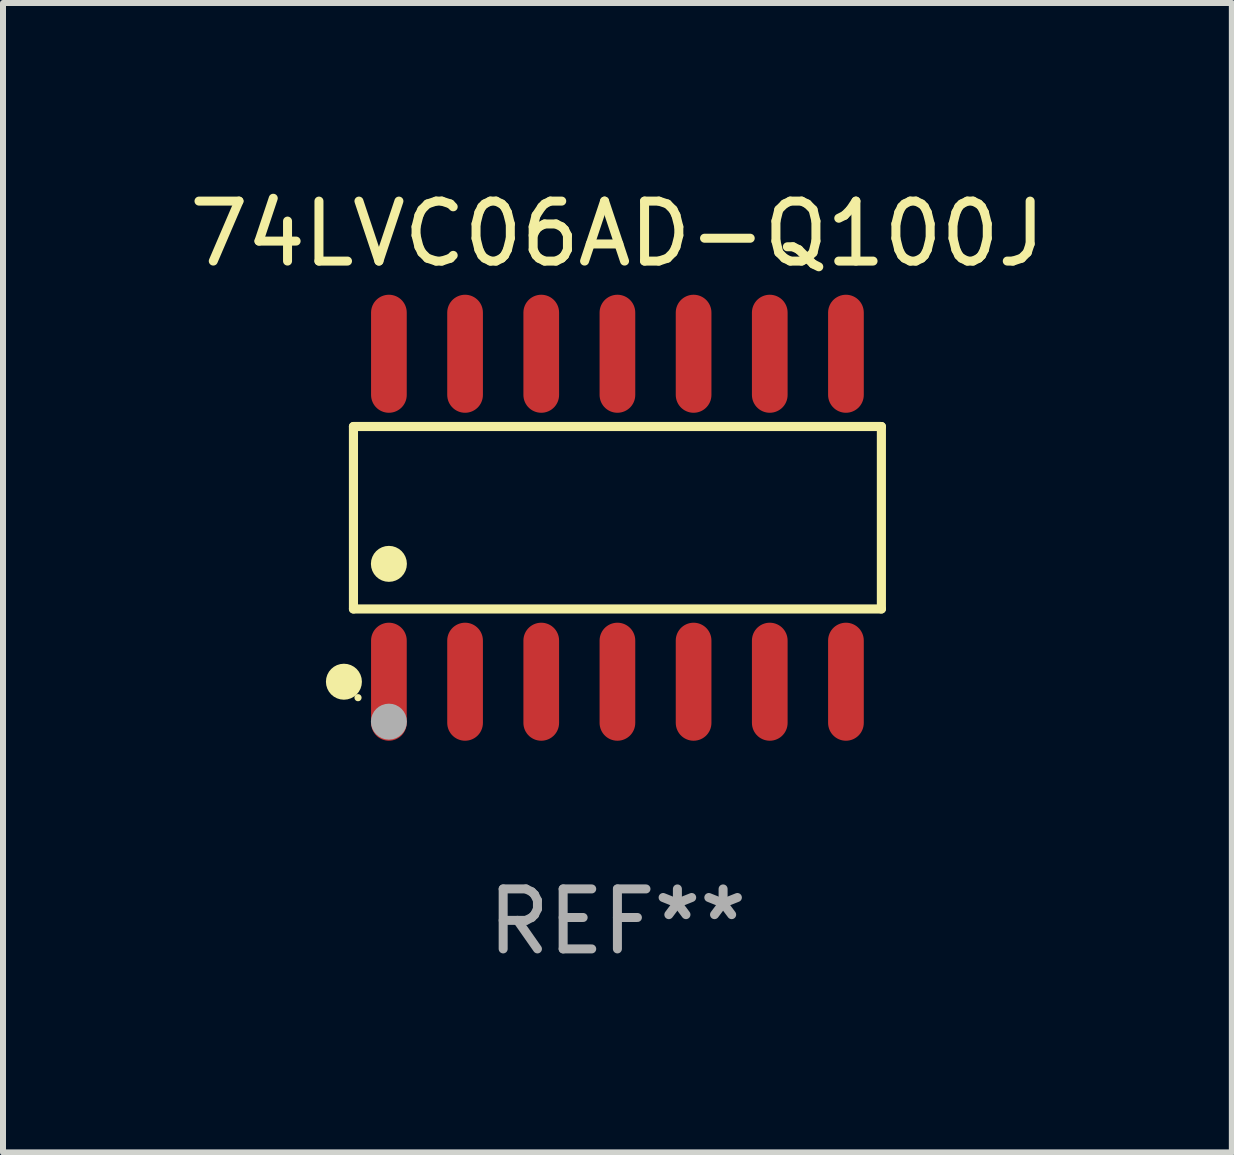
<source format=kicad_pcb>
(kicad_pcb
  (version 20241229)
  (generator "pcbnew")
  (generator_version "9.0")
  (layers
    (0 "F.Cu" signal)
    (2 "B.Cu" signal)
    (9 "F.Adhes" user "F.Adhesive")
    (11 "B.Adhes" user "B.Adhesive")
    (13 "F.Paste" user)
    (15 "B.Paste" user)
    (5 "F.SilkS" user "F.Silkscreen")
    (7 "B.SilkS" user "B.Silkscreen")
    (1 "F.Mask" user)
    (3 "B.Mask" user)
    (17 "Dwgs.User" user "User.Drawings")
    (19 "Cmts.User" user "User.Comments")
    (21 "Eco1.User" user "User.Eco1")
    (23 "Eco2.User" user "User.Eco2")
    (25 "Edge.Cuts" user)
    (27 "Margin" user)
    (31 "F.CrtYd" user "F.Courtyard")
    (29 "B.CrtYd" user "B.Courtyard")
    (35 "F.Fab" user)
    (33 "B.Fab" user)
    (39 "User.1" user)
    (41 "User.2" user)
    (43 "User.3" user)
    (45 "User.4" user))
  (footprint "74LVC06AD-Q100J"
    (layer "F.Cu")
    (at 7.244 5.582)
    (property "Reference" "74LVC06AD-Q100J" (at 0 -4.734 0) (layer "F.SilkS") (effects (font (size 1 1) (thickness 0.15))))
    (attr through_hole)
    (fp_line (start -4.401 -1.521) (end 4.401 -1.521) (stroke (width 0.152) (type solid)) (layer "F.SilkS"))
    (fp_line (start -4.401 1.521) (end -4.401 -1.521) (stroke (width 0.152) (type solid)) (layer "F.SilkS"))
    (fp_line (start 4.401 -1.521) (end 4.401 1.521) (stroke (width 0.152) (type solid)) (layer "F.SilkS"))
    (fp_line (start 4.401 1.521) (end -4.401 1.521) (stroke (width 0.152) (type solid)) (layer "F.SilkS"))
    (fp_circle (center -4.56 2.734) (end -4.41 2.734) (stroke (width 0.3) (type solid)) (fill no) (layer "F.SilkS"))
    (fp_circle (center -4.325 3) (end -4.295 3) (stroke (width 0.06) (type solid)) (fill no) (layer "F.SilkS"))
    (fp_circle (center -3.81 0.769) (end -3.66 0.769) (stroke (width 0.3) (type solid)) (fill no) (layer "F.SilkS"))
    (fp_circle (center -3.81 3.4) (end -3.66 3.4) (stroke (width 0.3) (type solid)) (fill no) (layer "F.Fab"))
    (fp_text user "REF**" (at 0 6.734 0) (layer "F.Fab") (effects (font (size 1 1) (thickness 0.15))))
    (pad "1" smd oval (at -3.81 2.734) (size 0.595 1.968) (layers "F.Cu" "F.Mask" "F.Paste"))
    (pad "2" smd oval (at -2.54 2.734) (size 0.595 1.968) (layers "F.Cu" "F.Mask" "F.Paste"))
    (pad "3" smd oval (at -1.27 2.734) (size 0.595 1.968) (layers "F.Cu" "F.Mask" "F.Paste"))
    (pad "4" smd oval (at 0 2.734) (size 0.595 1.968) (layers "F.Cu" "F.Mask" "F.Paste"))
    (pad "5" smd oval (at 1.27 2.734) (size 0.595 1.968) (layers "F.Cu" "F.Mask" "F.Paste"))
    (pad "6" smd oval (at 2.54 2.734) (size 0.595 1.968) (layers "F.Cu" "F.Mask" "F.Paste"))
    (pad "7" smd oval (at 3.81 2.734) (size 0.595 1.968) (layers "F.Cu" "F.Mask" "F.Paste"))
    (pad "8" smd oval (at 3.81 -2.734) (size 0.595 1.968) (layers "F.Cu" "F.Mask" "F.Paste"))
    (pad "9" smd oval (at 2.54 -2.734) (size 0.595 1.968) (layers "F.Cu" "F.Mask" "F.Paste"))
    (pad "10" smd oval (at 1.27 -2.734) (size 0.595 1.968) (layers "F.Cu" "F.Mask" "F.Paste"))
    (pad "11" smd oval (at 0 -2.734) (size 0.595 1.968) (layers "F.Cu" "F.Mask" "F.Paste"))
    (pad "12" smd oval (at -1.27 -2.734) (size 0.595 1.968) (layers "F.Cu" "F.Mask" "F.Paste"))
    (pad "13" smd oval (at -2.54 -2.734) (size 0.595 1.968) (layers "F.Cu" "F.Mask" "F.Paste"))
    (pad "14" smd oval (at -3.81 -2.734) (size 0.595 1.968) (layers "F.Cu" "F.Mask" "F.Paste")))
  (gr_rect
    (start -3 -3)
    (end 17.488 16.164)
    (stroke (width 0.1) (type default))
    (fill no)
    (layer "Edge.Cuts")))
</source>
